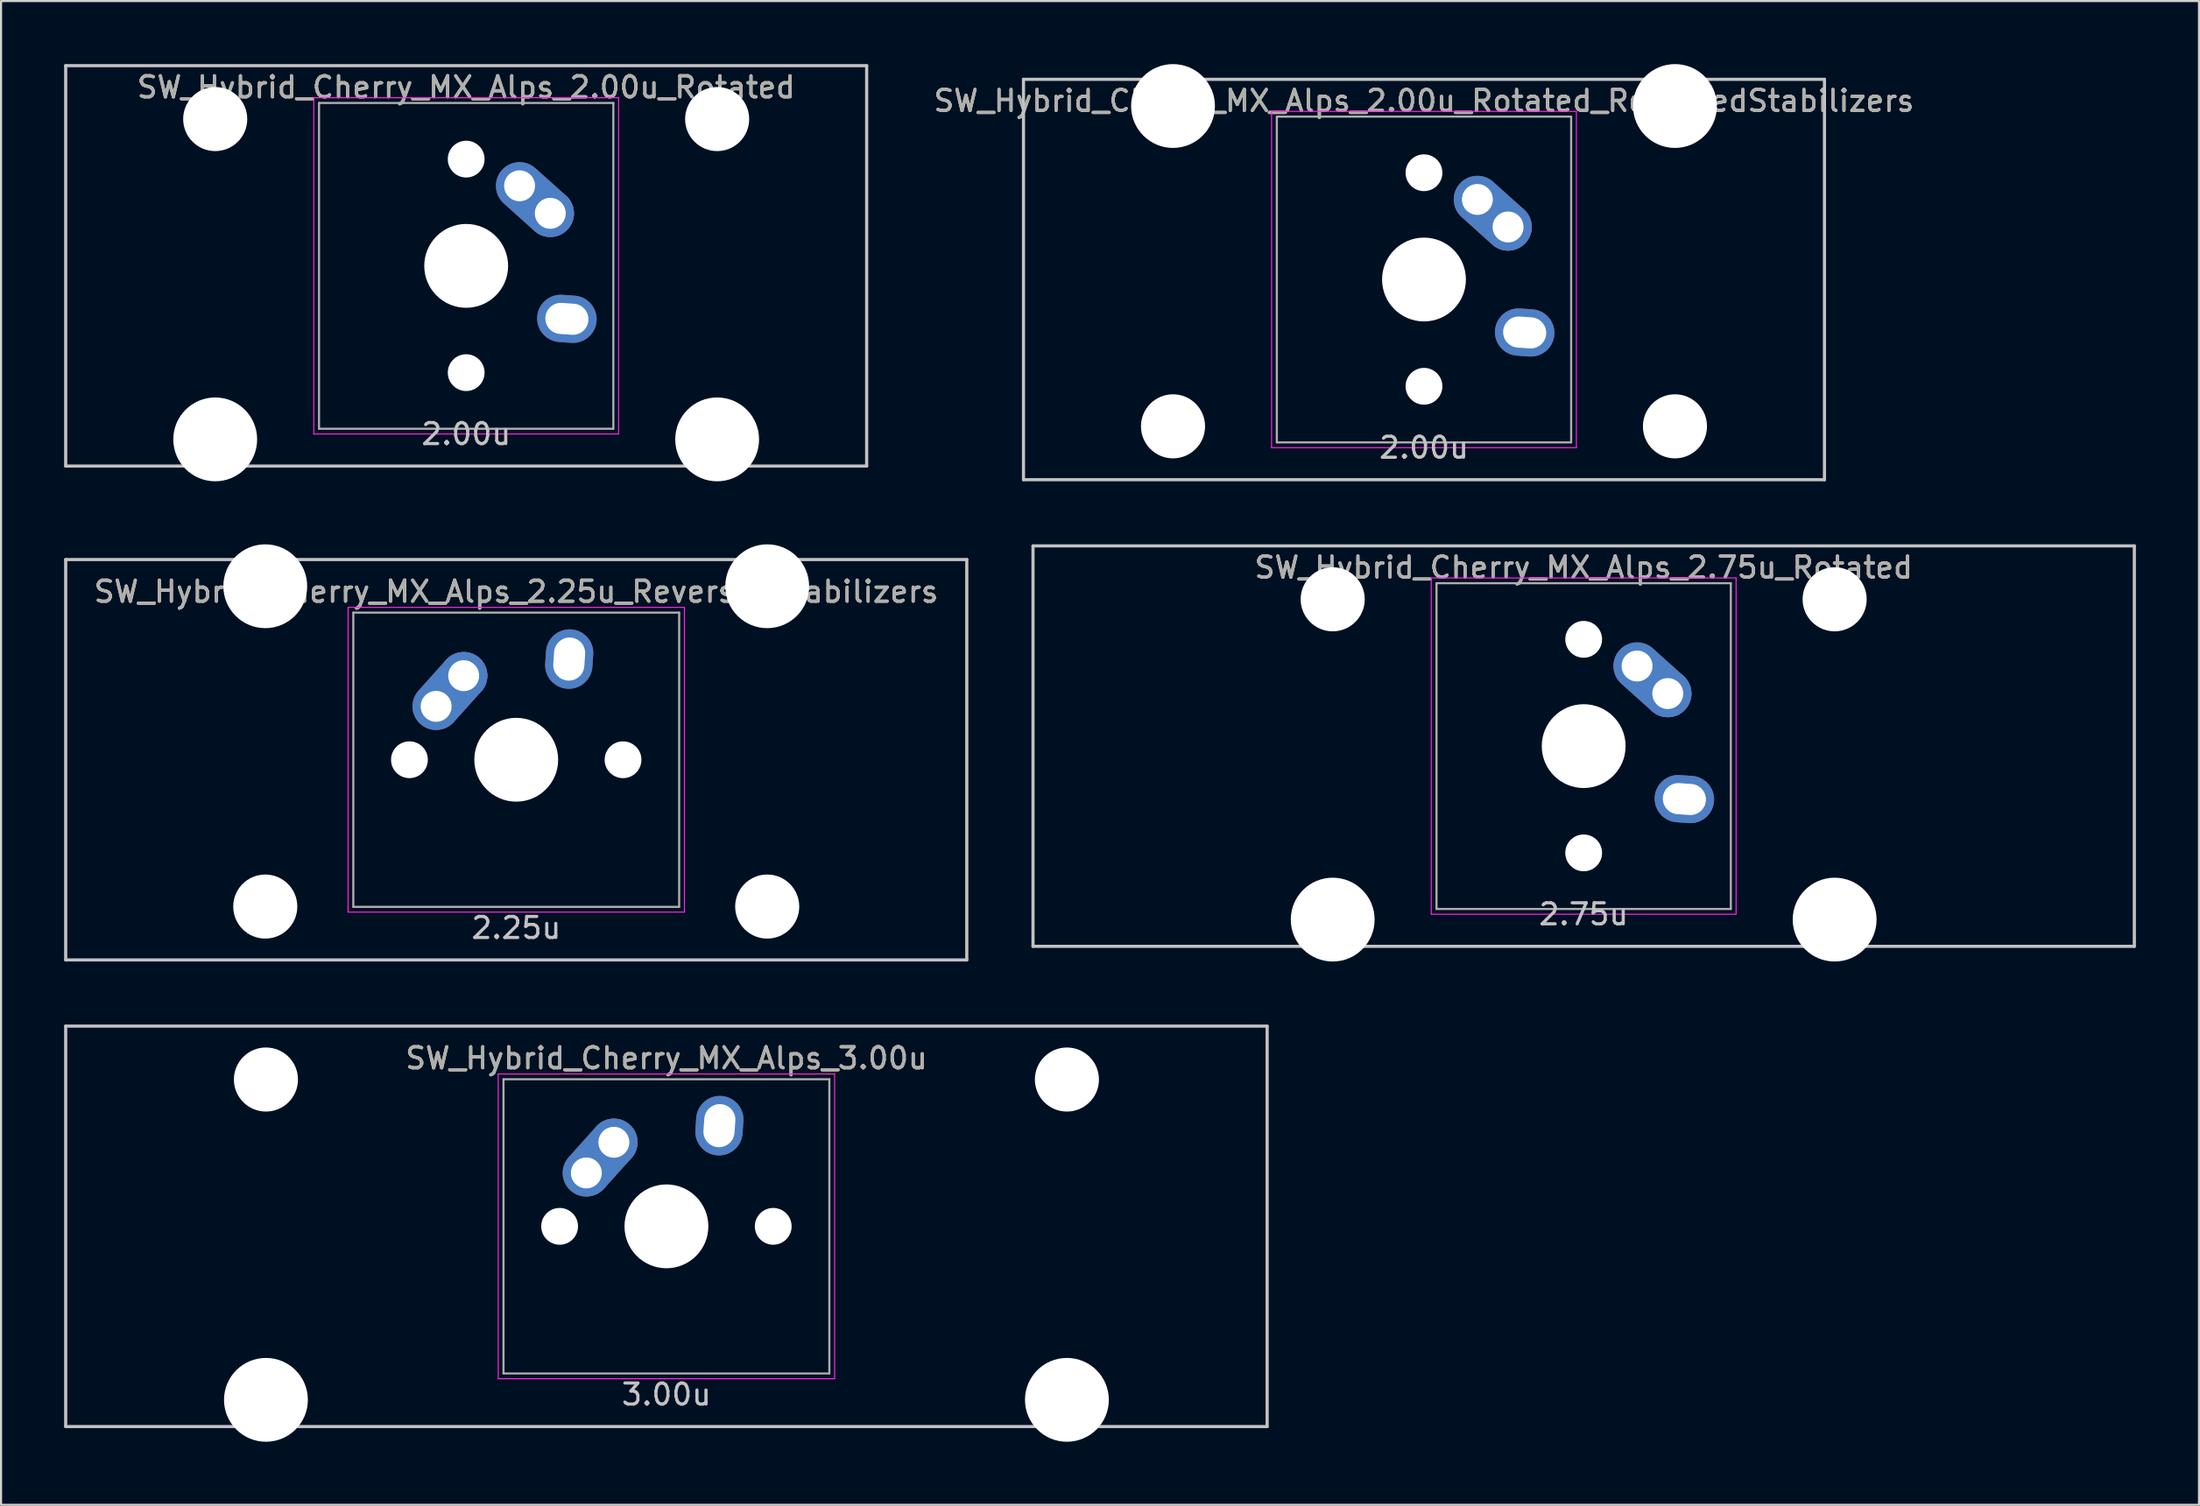
<source format=kicad_pcb>
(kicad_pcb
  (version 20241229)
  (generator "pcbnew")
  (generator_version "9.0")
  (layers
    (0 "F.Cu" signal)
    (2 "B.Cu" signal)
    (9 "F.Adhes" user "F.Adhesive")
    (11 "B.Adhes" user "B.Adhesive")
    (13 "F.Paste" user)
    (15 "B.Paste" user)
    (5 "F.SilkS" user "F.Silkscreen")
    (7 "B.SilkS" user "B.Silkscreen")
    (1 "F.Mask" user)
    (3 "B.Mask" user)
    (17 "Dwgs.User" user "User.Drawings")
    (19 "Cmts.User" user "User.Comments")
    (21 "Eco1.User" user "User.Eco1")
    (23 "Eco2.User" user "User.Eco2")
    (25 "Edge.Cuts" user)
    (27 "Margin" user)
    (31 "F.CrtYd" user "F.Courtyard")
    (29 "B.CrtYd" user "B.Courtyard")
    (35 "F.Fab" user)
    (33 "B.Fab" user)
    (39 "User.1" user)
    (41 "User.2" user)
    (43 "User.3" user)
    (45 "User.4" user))
  (footprint "SW_Hybrid_Cherry_MX_Alps_2.75u_Rotated"
    (layer "F.Cu")
    (at 72.281 32.449)
    (property "Reference" "SW_Hybrid_Cherry_MX_Alps_2.75u_Rotated" (at 0 -8.5 0) (layer "F.SilkS") (effects (font (size 1 1) (thickness 0.15))))
    (attr through_hole)
    (fp_line (start -26.194 -9.525) (end 26.194 -9.525) (stroke (width 0.15) (type solid)) (layer "Dwgs.User"))
    (fp_line (start -26.194 9.525) (end -26.194 -9.525) (stroke (width 0.15) (type solid)) (layer "Dwgs.User"))
    (fp_line (start -26.194 9.525) (end 26.194 9.525) (stroke (width 0.15) (type solid)) (layer "Dwgs.User"))
    (fp_line (start 26.194 -9.525) (end 26.194 9.525) (stroke (width 0.15) (type solid)) (layer "Dwgs.User"))
    (fp_line (start -7.25 -8) (end 7.25 -8) (stroke (width 0.05) (type solid)) (layer "F.CrtYd"))
    (fp_line (start -7.25 8) (end -7.25 -8) (stroke (width 0.05) (type solid)) (layer "F.CrtYd"))
    (fp_line (start 7.25 -8) (end 7.25 8) (stroke (width 0.05) (type solid)) (layer "F.CrtYd"))
    (fp_line (start 7.25 8) (end -7.25 8) (stroke (width 0.05) (type solid)) (layer "F.CrtYd"))
    (fp_line (start -7 -7.75) (end 7 -7.75) (stroke (width 0.1) (type solid)) (layer "F.Fab"))
    (fp_line (start -7 7.75) (end -7 -7.75) (stroke (width 0.1) (type solid)) (layer "F.Fab"))
    (fp_line (start 7 -7.75) (end 7 7.75) (stroke (width 0.1) (type solid)) (layer "F.Fab"))
    (fp_line (start 7 7.75) (end -7 7.75) (stroke (width 0.1) (type solid)) (layer "F.Fab"))
    (fp_text user "2.75u" (at 0 8 0) (layer "Dwgs.User") (effects (font (size 1 1) (thickness 0.15))))
    (fp_text user "${REFERENCE}" (at 0 -8.5 0) (layer "F.Fab") (effects (font (size 1 1) (thickness 0.15))))
    (pad "" np_thru_hole circle (at -11.938 -6.985) (size 3.048 3.048) (drill 3.048) (layers "*.Cu" "*.Mask"))
    (pad "" np_thru_hole circle (at -11.938 8.255) (size 3.988 3.988) (drill 3.988) (layers "*.Cu" "*.Mask"))
    (pad "" np_thru_hole circle (at 0 -5.08 318.1) (size 1.75 1.75) (drill 1.75) (layers "*.Cu" "*.Mask"))
    (pad "" np_thru_hole circle (at 0 0 270) (size 3.988 3.988) (drill 3.988) (layers "*.Cu" "*.Mask"))
    (pad "" np_thru_hole circle (at 0 5.08 318.1) (size 1.75 1.75) (drill 1.75) (layers "*.Cu" "*.Mask"))
    (pad "" np_thru_hole circle (at 11.938 -6.985) (size 3.048 3.048) (drill 3.048) (layers "*.Cu" "*.Mask"))
    (pad "" np_thru_hole circle (at 11.938 8.255) (size 3.988 3.988) (drill 3.988) (layers "*.Cu" "*.Mask"))
    (pad "1" thru_hole oval (at 2.54 -3.81 318.1) (size 4.212 2.25) (drill 1.47 (offset 0.981 0)) (layers "*.Cu" "B.Mask"))
    (pad "1" thru_hole circle (at 4 -2.5 270) (size 2.25 2.25) (drill 1.47) (layers "*.Cu" "B.Mask"))
    (pad "2" thru_hole oval (at 4.79 2.52 356) (size 2.831 2.25) (drill oval 2.051 1.48) (layers "*.Cu" "B.Mask")))
  (footprint "SW_Hybrid_Cherry_MX_Alps_3.00u"
    (layer "F.Cu")
    (at 28.65 55.298)
    (property "Reference" "SW_Hybrid_Cherry_MX_Alps_3.00u" (at 0 -8 0) (layer "F.SilkS") (effects (font (size 1 1) (thickness 0.15))))
    (attr through_hole)
    (fp_line (start -28.575 -9.525) (end 28.575 -9.525) (stroke (width 0.15) (type solid)) (layer "Dwgs.User"))
    (fp_line (start -28.575 9.525) (end -28.575 -9.525) (stroke (width 0.15) (type solid)) (layer "Dwgs.User"))
    (fp_line (start -28.575 9.525) (end 28.575 9.525) (stroke (width 0.15) (type solid)) (layer "Dwgs.User"))
    (fp_line (start 28.575 -9.525) (end 28.575 9.525) (stroke (width 0.15) (type solid)) (layer "Dwgs.User"))
    (fp_line (start -8 -7.25) (end 8 -7.25) (stroke (width 0.05) (type solid)) (layer "F.CrtYd"))
    (fp_line (start -8 7.25) (end -8 -7.25) (stroke (width 0.05) (type solid)) (layer "F.CrtYd"))
    (fp_line (start 8 -7.25) (end 8 7.25) (stroke (width 0.05) (type solid)) (layer "F.CrtYd"))
    (fp_line (start 8 7.25) (end -8 7.25) (stroke (width 0.05) (type solid)) (layer "F.CrtYd"))
    (fp_line (start -7.75 -7) (end 7.75 -7) (stroke (width 0.1) (type solid)) (layer "F.Fab"))
    (fp_line (start -7.75 7) (end -7.75 -7) (stroke (width 0.1) (type solid)) (layer "F.Fab"))
    (fp_line (start 7.75 -7) (end 7.75 7) (stroke (width 0.1) (type solid)) (layer "F.Fab"))
    (fp_line (start 7.75 7) (end -7.75 7) (stroke (width 0.1) (type solid)) (layer "F.Fab"))
    (fp_text user "3.00u" (at 0 8 0) (layer "Dwgs.User") (effects (font (size 1 1) (thickness 0.15))))
    (fp_text user "${REFERENCE}" (at 0 -8 0) (layer "F.Fab") (effects (font (size 1 1) (thickness 0.15))))
    (pad "" np_thru_hole circle (at -19.05 -6.985) (size 3.048 3.048) (drill 3.048) (layers "*.Cu" "*.Mask"))
    (pad "" np_thru_hole circle (at -19.05 8.255) (size 3.988 3.988) (drill 3.988) (layers "*.Cu" "*.Mask"))
    (pad "" np_thru_hole circle (at -5.08 0 48.1) (size 1.75 1.75) (drill 1.75) (layers "*.Cu" "*.Mask"))
    (pad "" np_thru_hole circle (at 0 0) (size 3.988 3.988) (drill 3.988) (layers "*.Cu" "*.Mask"))
    (pad "" np_thru_hole circle (at 5.08 0 48.1) (size 1.75 1.75) (drill 1.75) (layers "*.Cu" "*.Mask"))
    (pad "" np_thru_hole circle (at 19.05 -6.985) (size 3.048 3.048) (drill 3.048) (layers "*.Cu" "*.Mask"))
    (pad "" np_thru_hole circle (at 19.05 8.255) (size 3.988 3.988) (drill 3.988) (layers "*.Cu" "*.Mask"))
    (pad "1" thru_hole oval (at -3.81 -2.54 48.1) (size 4.212 2.25) (drill 1.47 (offset 0.981 0)) (layers "*.Cu" "B.Mask"))
    (pad "1" thru_hole circle (at -2.5 -4) (size 2.25 2.25) (drill 1.47) (layers "*.Cu" "B.Mask"))
    (pad "2" thru_hole oval (at 2.52 -4.79 86) (size 2.831 2.25) (drill oval 2.051 1.48) (layers "*.Cu" "B.Mask")))
  (footprint "SW_Hybrid_Cherry_MX_Alps_2.25u_ReversedStabilizers"
    (layer "F.Cu")
    (at 21.506 33.098)
    (property "Reference" "SW_Hybrid_Cherry_MX_Alps_2.25u_ReversedStabilizers" (at 0 -8 0) (layer "F.SilkS") (effects (font (size 1 1) (thickness 0.15))))
    (attr through_hole)
    (fp_line (start -21.431 -9.525) (end 21.431 -9.525) (stroke (width 0.15) (type solid)) (layer "Dwgs.User"))
    (fp_line (start -21.431 9.525) (end -21.431 -9.525) (stroke (width 0.15) (type solid)) (layer "Dwgs.User"))
    (fp_line (start -21.431 9.525) (end 21.431 9.525) (stroke (width 0.15) (type solid)) (layer "Dwgs.User"))
    (fp_line (start 21.431 -9.525) (end 21.431 9.525) (stroke (width 0.15) (type solid)) (layer "Dwgs.User"))
    (fp_line (start -8 -7.25) (end 8 -7.25) (stroke (width 0.05) (type solid)) (layer "F.CrtYd"))
    (fp_line (start -8 7.25) (end -8 -7.25) (stroke (width 0.05) (type solid)) (layer "F.CrtYd"))
    (fp_line (start 8 -7.25) (end 8 7.25) (stroke (width 0.05) (type solid)) (layer "F.CrtYd"))
    (fp_line (start 8 7.25) (end -8 7.25) (stroke (width 0.05) (type solid)) (layer "F.CrtYd"))
    (fp_line (start -7.75 -7) (end 7.75 -7) (stroke (width 0.1) (type solid)) (layer "F.Fab"))
    (fp_line (start -7.75 7) (end -7.75 -7) (stroke (width 0.1) (type solid)) (layer "F.Fab"))
    (fp_line (start 7.75 -7) (end 7.75 7) (stroke (width 0.1) (type solid)) (layer "F.Fab"))
    (fp_line (start 7.75 7) (end -7.75 7) (stroke (width 0.1) (type solid)) (layer "F.Fab"))
    (fp_text user "2.25u" (at 0 8 0) (layer "Dwgs.User") (effects (font (size 1 1) (thickness 0.15))))
    (fp_text user "${REFERENCE}" (at 0 -8 0) (layer "F.Fab") (effects (font (size 1 1) (thickness 0.15))))
    (pad "" np_thru_hole circle (at -11.938 -8.255) (size 3.988 3.988) (drill 3.988) (layers "*.Cu" "*.Mask"))
    (pad "" np_thru_hole circle (at -11.938 6.985) (size 3.048 3.048) (drill 3.048) (layers "*.Cu" "*.Mask"))
    (pad "" np_thru_hole circle (at -5.08 0 48.1) (size 1.75 1.75) (drill 1.75) (layers "*.Cu" "*.Mask"))
    (pad "" np_thru_hole circle (at 0 0) (size 3.988 3.988) (drill 3.988) (layers "*.Cu" "*.Mask"))
    (pad "" np_thru_hole circle (at 5.08 0 48.1) (size 1.75 1.75) (drill 1.75) (layers "*.Cu" "*.Mask"))
    (pad "" np_thru_hole circle (at 11.938 -8.255) (size 3.988 3.988) (drill 3.988) (layers "*.Cu" "*.Mask"))
    (pad "" np_thru_hole circle (at 11.938 6.985) (size 3.048 3.048) (drill 3.048) (layers "*.Cu" "*.Mask"))
    (pad "1" thru_hole oval (at -3.81 -2.54 48.1) (size 4.212 2.25) (drill 1.47 (offset 0.981 0)) (layers "*.Cu" "B.Mask"))
    (pad "1" thru_hole circle (at -2.5 -4) (size 2.25 2.25) (drill 1.47) (layers "*.Cu" "B.Mask"))
    (pad "2" thru_hole oval (at 2.52 -4.79 86) (size 2.831 2.25) (drill oval 2.051 1.48) (layers "*.Cu" "B.Mask")))
  (footprint "SW_Hybrid_Cherry_MX_Alps_2.00u_Rotated_ReversedStabilizers"
    (layer "F.Cu")
    (at 64.685 10.249)
    (property "Reference" "SW_Hybrid_Cherry_MX_Alps_2.00u_Rotated_ReversedStabilizers" (at 0 -8.5 0) (layer "F.SilkS") (effects (font (size 1 1) (thickness 0.15))))
    (attr through_hole)
    (fp_line (start -19.05 -9.525) (end 19.05 -9.525) (stroke (width 0.15) (type solid)) (layer "Dwgs.User"))
    (fp_line (start -19.05 9.525) (end -19.05 -9.525) (stroke (width 0.15) (type solid)) (layer "Dwgs.User"))
    (fp_line (start -19.05 9.525) (end 19.05 9.525) (stroke (width 0.15) (type solid)) (layer "Dwgs.User"))
    (fp_line (start 19.05 -9.525) (end 19.05 9.525) (stroke (width 0.15) (type solid)) (layer "Dwgs.User"))
    (fp_line (start -7.25 -8) (end 7.25 -8) (stroke (width 0.05) (type solid)) (layer "F.CrtYd"))
    (fp_line (start -7.25 8) (end -7.25 -8) (stroke (width 0.05) (type solid)) (layer "F.CrtYd"))
    (fp_line (start 7.25 -8) (end 7.25 8) (stroke (width 0.05) (type solid)) (layer "F.CrtYd"))
    (fp_line (start 7.25 8) (end -7.25 8) (stroke (width 0.05) (type solid)) (layer "F.CrtYd"))
    (fp_line (start -7 -7.75) (end 7 -7.75) (stroke (width 0.1) (type solid)) (layer "F.Fab"))
    (fp_line (start -7 7.75) (end -7 -7.75) (stroke (width 0.1) (type solid)) (layer "F.Fab"))
    (fp_line (start 7 -7.75) (end 7 7.75) (stroke (width 0.1) (type solid)) (layer "F.Fab"))
    (fp_line (start 7 7.75) (end -7 7.75) (stroke (width 0.1) (type solid)) (layer "F.Fab"))
    (fp_text user "2.00u" (at 0 8 0) (layer "Dwgs.User") (effects (font (size 1 1) (thickness 0.15))))
    (fp_text user "${REFERENCE}" (at 0 -8.5 0) (layer "F.Fab") (effects (font (size 1 1) (thickness 0.15))))
    (pad "" np_thru_hole circle (at -11.938 -8.255) (size 3.988 3.988) (drill 3.988) (layers "*.Cu" "*.Mask"))
    (pad "" np_thru_hole circle (at -11.938 6.985) (size 3.048 3.048) (drill 3.048) (layers "*.Cu" "*.Mask"))
    (pad "" np_thru_hole circle (at 0 -5.08 318.1) (size 1.75 1.75) (drill 1.75) (layers "*.Cu" "*.Mask"))
    (pad "" np_thru_hole circle (at 0 0 270) (size 3.988 3.988) (drill 3.988) (layers "*.Cu" "*.Mask"))
    (pad "" np_thru_hole circle (at 0 5.08 318.1) (size 1.75 1.75) (drill 1.75) (layers "*.Cu" "*.Mask"))
    (pad "" np_thru_hole circle (at 11.938 -8.255) (size 3.988 3.988) (drill 3.988) (layers "*.Cu" "*.Mask"))
    (pad "" np_thru_hole circle (at 11.938 6.985) (size 3.048 3.048) (drill 3.048) (layers "*.Cu" "*.Mask"))
    (pad "1" thru_hole oval (at 2.54 -3.81 318.1) (size 4.212 2.25) (drill 1.47 (offset 0.981 0)) (layers "*.Cu" "B.Mask"))
    (pad "1" thru_hole circle (at 4 -2.5 270) (size 2.25 2.25) (drill 1.47) (layers "*.Cu" "B.Mask"))
    (pad "2" thru_hole oval (at 4.79 2.52 356) (size 2.831 2.25) (drill oval 2.051 1.48) (layers "*.Cu" "B.Mask")))
  (footprint "SW_Hybrid_Cherry_MX_Alps_2.00u_Rotated"
    (layer "F.Cu")
    (at 19.125 9.6)
    (property "Reference" "SW_Hybrid_Cherry_MX_Alps_2.00u_Rotated" (at 0 -8.5 0) (layer "F.SilkS") (effects (font (size 1 1) (thickness 0.15))))
    (attr through_hole)
    (fp_line (start -19.05 -9.525) (end 19.05 -9.525) (stroke (width 0.15) (type solid)) (layer "Dwgs.User"))
    (fp_line (start -19.05 9.525) (end -19.05 -9.525) (stroke (width 0.15) (type solid)) (layer "Dwgs.User"))
    (fp_line (start -19.05 9.525) (end 19.05 9.525) (stroke (width 0.15) (type solid)) (layer "Dwgs.User"))
    (fp_line (start 19.05 -9.525) (end 19.05 9.525) (stroke (width 0.15) (type solid)) (layer "Dwgs.User"))
    (fp_line (start -7.25 -8) (end 7.25 -8) (stroke (width 0.05) (type solid)) (layer "F.CrtYd"))
    (fp_line (start -7.25 8) (end -7.25 -8) (stroke (width 0.05) (type solid)) (layer "F.CrtYd"))
    (fp_line (start 7.25 -8) (end 7.25 8) (stroke (width 0.05) (type solid)) (layer "F.CrtYd"))
    (fp_line (start 7.25 8) (end -7.25 8) (stroke (width 0.05) (type solid)) (layer "F.CrtYd"))
    (fp_line (start -7 -7.75) (end 7 -7.75) (stroke (width 0.1) (type solid)) (layer "F.Fab"))
    (fp_line (start -7 7.75) (end -7 -7.75) (stroke (width 0.1) (type solid)) (layer "F.Fab"))
    (fp_line (start 7 -7.75) (end 7 7.75) (stroke (width 0.1) (type solid)) (layer "F.Fab"))
    (fp_line (start 7 7.75) (end -7 7.75) (stroke (width 0.1) (type solid)) (layer "F.Fab"))
    (fp_text user "2.00u" (at 0 8 0) (layer "Dwgs.User") (effects (font (size 1 1) (thickness 0.15))))
    (fp_text user "${REFERENCE}" (at 0 -8.5 0) (layer "F.Fab") (effects (font (size 1 1) (thickness 0.15))))
    (pad "" np_thru_hole circle (at -11.938 -6.985) (size 3.048 3.048) (drill 3.048) (layers "*.Cu" "*.Mask"))
    (pad "" np_thru_hole circle (at -11.938 8.255) (size 3.988 3.988) (drill 3.988) (layers "*.Cu" "*.Mask"))
    (pad "" np_thru_hole circle (at 0 -5.08 318.1) (size 1.75 1.75) (drill 1.75) (layers "*.Cu" "*.Mask"))
    (pad "" np_thru_hole circle (at 0 0 270) (size 3.988 3.988) (drill 3.988) (layers "*.Cu" "*.Mask"))
    (pad "" np_thru_hole circle (at 0 5.08 318.1) (size 1.75 1.75) (drill 1.75) (layers "*.Cu" "*.Mask"))
    (pad "" np_thru_hole circle (at 11.938 -6.985) (size 3.048 3.048) (drill 3.048) (layers "*.Cu" "*.Mask"))
    (pad "" np_thru_hole circle (at 11.938 8.255) (size 3.988 3.988) (drill 3.988) (layers "*.Cu" "*.Mask"))
    (pad "1" thru_hole oval (at 2.54 -3.81 318.1) (size 4.212 2.25) (drill 1.47 (offset 0.981 0)) (layers "*.Cu" "B.Mask"))
    (pad "1" thru_hole circle (at 4 -2.5 270) (size 2.25 2.25) (drill 1.47) (layers "*.Cu" "B.Mask"))
    (pad "2" thru_hole oval (at 4.79 2.52 356) (size 2.831 2.25) (drill oval 2.051 1.48) (layers "*.Cu" "B.Mask")))
  (gr_rect
    (start -3 -3)
    (end 101.55 68.547)
    (stroke (width 0.1) (type default))
    (fill no)
    (layer "Edge.Cuts")))
</source>
